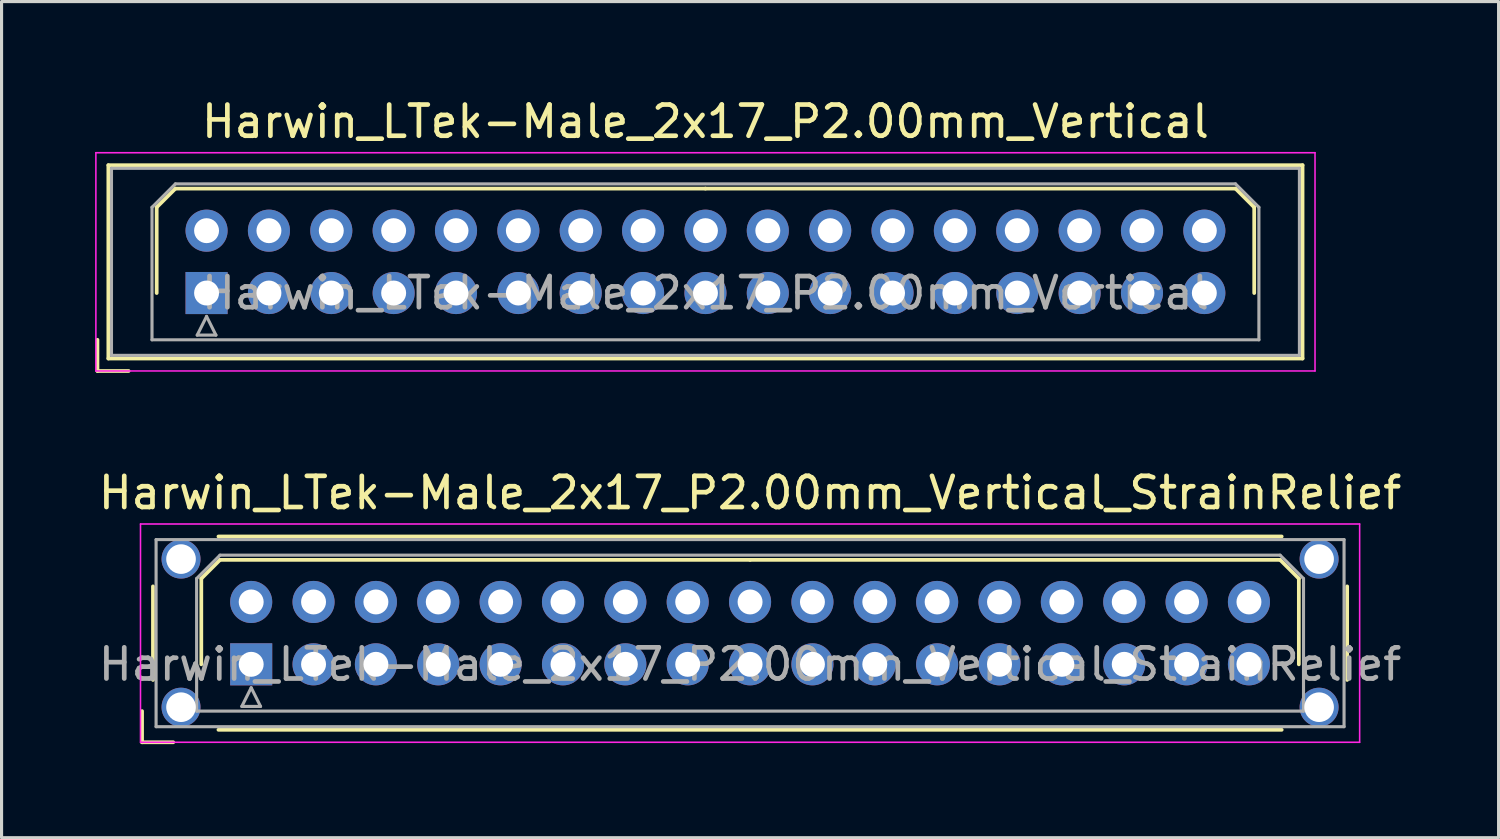
<source format=kicad_pcb>
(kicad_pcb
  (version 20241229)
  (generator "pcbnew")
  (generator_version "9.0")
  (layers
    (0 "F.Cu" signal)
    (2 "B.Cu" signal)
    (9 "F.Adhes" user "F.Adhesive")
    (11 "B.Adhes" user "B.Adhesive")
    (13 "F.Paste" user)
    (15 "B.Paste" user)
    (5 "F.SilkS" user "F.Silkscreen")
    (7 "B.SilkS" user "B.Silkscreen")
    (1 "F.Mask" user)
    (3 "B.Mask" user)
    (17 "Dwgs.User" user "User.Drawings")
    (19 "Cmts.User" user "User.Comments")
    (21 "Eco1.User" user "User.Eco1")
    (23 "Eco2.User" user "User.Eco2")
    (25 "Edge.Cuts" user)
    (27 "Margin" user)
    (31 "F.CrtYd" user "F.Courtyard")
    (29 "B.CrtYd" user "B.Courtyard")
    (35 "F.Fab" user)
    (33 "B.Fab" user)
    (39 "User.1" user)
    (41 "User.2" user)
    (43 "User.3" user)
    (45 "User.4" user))
  (footprint "Harwin_LTek-Male_2x17_P2.00mm_Vertical"
    (layer "F.Cu")
    (at 3.575 6.348)
    (property "Reference" "Harwin_LTek-Male_2x17_P2.00mm_Vertical" (at 16 -5.5 0) (layer "F.SilkS") (effects (font (size 1 1) (thickness 0.15))))
    (attr through_hole)
    (fp_line (start -3.5 1.5) (end -3.5 2.5) (stroke (width 0.12) (type solid)) (layer "F.SilkS"))
    (fp_line (start -3.5 2.5) (end -2.5 2.5) (stroke (width 0.12) (type solid)) (layer "F.SilkS"))
    (fp_line (start -3.15 -4.1) (end -3.15 2.1) (stroke (width 0.12) (type solid)) (layer "F.SilkS"))
    (fp_line (start -3.15 2.1) (end 35.15 2.1) (stroke (width 0.12) (type solid)) (layer "F.SilkS"))
    (fp_line (start -1.6 -2.75) (end -1 -3.35) (stroke (width 0.12) (type solid)) (layer "F.SilkS"))
    (fp_line (start -1.6 0) (end -1.6 -2.75) (stroke (width 0.12) (type solid)) (layer "F.SilkS"))
    (fp_line (start -1 -3.35) (end 16 -3.35) (stroke (width 0.12) (type solid)) (layer "F.SilkS"))
    (fp_line (start 33 -3.35) (end 16 -3.35) (stroke (width 0.12) (type solid)) (layer "F.SilkS"))
    (fp_line (start 33.6 -2.75) (end 33 -3.35) (stroke (width 0.12) (type solid)) (layer "F.SilkS"))
    (fp_line (start 33.6 0) (end 33.6 -2.75) (stroke (width 0.12) (type solid)) (layer "F.SilkS"))
    (fp_line (start 35.15 -4.1) (end -3.15 -4.1) (stroke (width 0.12) (type solid)) (layer "F.SilkS"))
    (fp_line (start 35.15 2.1) (end 35.15 -4.1) (stroke (width 0.12) (type solid)) (layer "F.SilkS"))
    (fp_line (start -3.55 -4.5) (end -3.55 2.5) (stroke (width 0.05) (type solid)) (layer "F.CrtYd"))
    (fp_line (start -3.55 2.5) (end 35.55 2.5) (stroke (width 0.05) (type solid)) (layer "F.CrtYd"))
    (fp_line (start 35.55 -4.5) (end -3.55 -4.5) (stroke (width 0.05) (type solid)) (layer "F.CrtYd"))
    (fp_line (start 35.55 2.5) (end 35.55 -4.5) (stroke (width 0.05) (type solid)) (layer "F.CrtYd"))
    (fp_line (start -3.05 -4) (end -3.05 2) (stroke (width 0.1) (type solid)) (layer "F.Fab"))
    (fp_line (start -3.05 2) (end 35.05 2) (stroke (width 0.1) (type solid)) (layer "F.Fab"))
    (fp_line (start -1.75 -2.75) (end -1 -3.5) (stroke (width 0.1) (type solid)) (layer "F.Fab"))
    (fp_line (start -1.75 1.5) (end -1.75 -2.75) (stroke (width 0.1) (type solid)) (layer "F.Fab"))
    (fp_line (start -1 -3.5) (end 33 -3.5) (stroke (width 0.1) (type solid)) (layer "F.Fab"))
    (fp_line (start -0.3 1.35) (end 0.3 1.35) (stroke (width 0.1) (type solid)) (layer "F.Fab"))
    (fp_line (start 0 0.75) (end -0.3 1.35) (stroke (width 0.1) (type solid)) (layer "F.Fab"))
    (fp_line (start 0.3 1.35) (end 0 0.75) (stroke (width 0.1) (type solid)) (layer "F.Fab"))
    (fp_line (start 33 -3.5) (end 33.75 -2.75) (stroke (width 0.1) (type solid)) (layer "F.Fab"))
    (fp_line (start 33.75 -2.75) (end 33.75 1.5) (stroke (width 0.1) (type solid)) (layer "F.Fab"))
    (fp_line (start 33.75 1.5) (end -1.75 1.5) (stroke (width 0.1) (type solid)) (layer "F.Fab"))
    (fp_line (start 35.05 -4) (end -3.05 -4) (stroke (width 0.1) (type solid)) (layer "F.Fab"))
    (fp_line (start 35.05 2) (end 35.05 -4) (stroke (width 0.1) (type solid)) (layer "F.Fab"))
    (fp_text user "${REFERENCE}" (at 16 0 0) (layer "F.Fab") (effects (font (size 1 1) (thickness 0.15))))
    (pad "1" thru_hole rect (at 0 0) (size 1.35 1.35) (drill 0.8) (layers "*.Cu" "*.Mask"))
    (pad "2" thru_hole circle (at 0 -2) (size 1.35 1.35) (drill 0.8) (layers "*.Cu" "*.Mask"))
    (pad "3" thru_hole circle (at 2 0) (size 1.35 1.35) (drill 0.8) (layers "*.Cu" "*.Mask"))
    (pad "4" thru_hole circle (at 2 -2) (size 1.35 1.35) (drill 0.8) (layers "*.Cu" "*.Mask"))
    (pad "5" thru_hole circle (at 4 0) (size 1.35 1.35) (drill 0.8) (layers "*.Cu" "*.Mask"))
    (pad "6" thru_hole circle (at 4 -2) (size 1.35 1.35) (drill 0.8) (layers "*.Cu" "*.Mask"))
    (pad "7" thru_hole circle (at 6 0) (size 1.35 1.35) (drill 0.8) (layers "*.Cu" "*.Mask"))
    (pad "8" thru_hole circle (at 6 -2) (size 1.35 1.35) (drill 0.8) (layers "*.Cu" "*.Mask"))
    (pad "9" thru_hole circle (at 8 0) (size 1.35 1.35) (drill 0.8) (layers "*.Cu" "*.Mask"))
    (pad "10" thru_hole circle (at 8 -2) (size 1.35 1.35) (drill 0.8) (layers "*.Cu" "*.Mask"))
    (pad "11" thru_hole circle (at 10 0) (size 1.35 1.35) (drill 0.8) (layers "*.Cu" "*.Mask"))
    (pad "12" thru_hole circle (at 10 -2) (size 1.35 1.35) (drill 0.8) (layers "*.Cu" "*.Mask"))
    (pad "13" thru_hole circle (at 12 0) (size 1.35 1.35) (drill 0.8) (layers "*.Cu" "*.Mask"))
    (pad "14" thru_hole circle (at 12 -2) (size 1.35 1.35) (drill 0.8) (layers "*.Cu" "*.Mask"))
    (pad "15" thru_hole circle (at 14 0) (size 1.35 1.35) (drill 0.8) (layers "*.Cu" "*.Mask"))
    (pad "16" thru_hole circle (at 14 -2) (size 1.35 1.35) (drill 0.8) (layers "*.Cu" "*.Mask"))
    (pad "17" thru_hole circle (at 16 0) (size 1.35 1.35) (drill 0.8) (layers "*.Cu" "*.Mask"))
    (pad "18" thru_hole circle (at 16 -2) (size 1.35 1.35) (drill 0.8) (layers "*.Cu" "*.Mask"))
    (pad "19" thru_hole circle (at 18 0) (size 1.35 1.35) (drill 0.8) (layers "*.Cu" "*.Mask"))
    (pad "20" thru_hole circle (at 18 -2) (size 1.35 1.35) (drill 0.8) (layers "*.Cu" "*.Mask"))
    (pad "21" thru_hole circle (at 20 0) (size 1.35 1.35) (drill 0.8) (layers "*.Cu" "*.Mask"))
    (pad "22" thru_hole circle (at 20 -2) (size 1.35 1.35) (drill 0.8) (layers "*.Cu" "*.Mask"))
    (pad "23" thru_hole circle (at 22 0) (size 1.35 1.35) (drill 0.8) (layers "*.Cu" "*.Mask"))
    (pad "24" thru_hole circle (at 22 -2) (size 1.35 1.35) (drill 0.8) (layers "*.Cu" "*.Mask"))
    (pad "25" thru_hole circle (at 24 0) (size 1.35 1.35) (drill 0.8) (layers "*.Cu" "*.Mask"))
    (pad "26" thru_hole circle (at 24 -2) (size 1.35 1.35) (drill 0.8) (layers "*.Cu" "*.Mask"))
    (pad "27" thru_hole circle (at 26 0) (size 1.35 1.35) (drill 0.8) (layers "*.Cu" "*.Mask"))
    (pad "28" thru_hole circle (at 26 -2) (size 1.35 1.35) (drill 0.8) (layers "*.Cu" "*.Mask"))
    (pad "29" thru_hole circle (at 28 0) (size 1.35 1.35) (drill 0.8) (layers "*.Cu" "*.Mask"))
    (pad "30" thru_hole circle (at 28 -2) (size 1.35 1.35) (drill 0.8) (layers "*.Cu" "*.Mask"))
    (pad "31" thru_hole circle (at 30 0) (size 1.35 1.35) (drill 0.8) (layers "*.Cu" "*.Mask"))
    (pad "32" thru_hole circle (at 30 -2) (size 1.35 1.35) (drill 0.8) (layers "*.Cu" "*.Mask"))
    (pad "33" thru_hole circle (at 32 0) (size 1.35 1.35) (drill 0.8) (layers "*.Cu" "*.Mask"))
    (pad "34" thru_hole circle (at 32 -2) (size 1.35 1.35) (drill 0.8) (layers "*.Cu" "*.Mask")))
  (footprint "Harwin_LTek-Male_2x17_P2.00mm_Vertical_StrainRelief"
    (layer "F.Cu")
    (at 5.006 18.256)
    (property "Reference" "Harwin_LTek-Male_2x17_P2.00mm_Vertical_StrainRelief" (at 16 -5.5 0) (layer "F.SilkS") (effects (font (size 1 1) (thickness 0.15))))
    (attr through_hole)
    (fp_line (start -3.5 1.5) (end -3.5 2.5) (stroke (width 0.12) (type solid)) (layer "F.SilkS"))
    (fp_line (start -3.5 2.5) (end -2.5 2.5) (stroke (width 0.12) (type solid)) (layer "F.SilkS"))
    (fp_line (start -3.15 -2.5) (end -3.15 0.5) (stroke (width 0.12) (type solid)) (layer "F.SilkS"))
    (fp_line (start -1.6 -2.75) (end -1 -3.35) (stroke (width 0.12) (type solid)) (layer "F.SilkS"))
    (fp_line (start -1.6 0) (end -1.6 -2.75) (stroke (width 0.12) (type solid)) (layer "F.SilkS"))
    (fp_line (start -1.05 -4.1) (end 33.05 -4.1) (stroke (width 0.12) (type solid)) (layer "F.SilkS"))
    (fp_line (start -1.05 2.1) (end 33.05 2.1) (stroke (width 0.12) (type solid)) (layer "F.SilkS"))
    (fp_line (start -1 -3.35) (end 16 -3.35) (stroke (width 0.12) (type solid)) (layer "F.SilkS"))
    (fp_line (start 33 -3.35) (end 16 -3.35) (stroke (width 0.12) (type solid)) (layer "F.SilkS"))
    (fp_line (start 33.6 -2.75) (end 33 -3.35) (stroke (width 0.12) (type solid)) (layer "F.SilkS"))
    (fp_line (start 33.6 0) (end 33.6 -2.75) (stroke (width 0.12) (type solid)) (layer "F.SilkS"))
    (fp_line (start 35.15 -2.5) (end 35.15 0.5) (stroke (width 0.12) (type solid)) (layer "F.SilkS"))
    (fp_line (start -3.55 -4.5) (end -3.55 2.5) (stroke (width 0.05) (type solid)) (layer "F.CrtYd"))
    (fp_line (start -3.55 2.5) (end 35.55 2.5) (stroke (width 0.05) (type solid)) (layer "F.CrtYd"))
    (fp_line (start 35.55 -4.5) (end -3.55 -4.5) (stroke (width 0.05) (type solid)) (layer "F.CrtYd"))
    (fp_line (start 35.55 2.5) (end 35.55 -4.5) (stroke (width 0.05) (type solid)) (layer "F.CrtYd"))
    (fp_line (start -3.05 -4) (end -3.05 2) (stroke (width 0.1) (type solid)) (layer "F.Fab"))
    (fp_line (start -3.05 2) (end 35.05 2) (stroke (width 0.1) (type solid)) (layer "F.Fab"))
    (fp_line (start -1.75 -2.75) (end -1 -3.5) (stroke (width 0.1) (type solid)) (layer "F.Fab"))
    (fp_line (start -1.75 1.5) (end -1.75 -2.75) (stroke (width 0.1) (type solid)) (layer "F.Fab"))
    (fp_line (start -1 -3.5) (end 33 -3.5) (stroke (width 0.1) (type solid)) (layer "F.Fab"))
    (fp_line (start -0.3 1.35) (end 0.3 1.35) (stroke (width 0.1) (type solid)) (layer "F.Fab"))
    (fp_line (start 0 0.75) (end -0.3 1.35) (stroke (width 0.1) (type solid)) (layer "F.Fab"))
    (fp_line (start 0.3 1.35) (end 0 0.75) (stroke (width 0.1) (type solid)) (layer "F.Fab"))
    (fp_line (start 33 -3.5) (end 33.75 -2.75) (stroke (width 0.1) (type solid)) (layer "F.Fab"))
    (fp_line (start 33.75 -2.75) (end 33.75 1.5) (stroke (width 0.1) (type solid)) (layer "F.Fab"))
    (fp_line (start 33.75 1.5) (end -1.75 1.5) (stroke (width 0.1) (type solid)) (layer "F.Fab"))
    (fp_line (start 35.05 -4) (end -3.05 -4) (stroke (width 0.1) (type solid)) (layer "F.Fab"))
    (fp_line (start 35.05 2) (end 35.05 -4) (stroke (width 0.1) (type solid)) (layer "F.Fab"))
    (fp_text user "${REFERENCE}" (at 16 0 0) (layer "F.Fab") (effects (font (size 1 1) (thickness 0.15))))
    (pad "" thru_hole circle (at -2.25 -3.375) (size 1.25 1.25) (drill 0.95) (layers "*.Cu" "*.Mask"))
    (pad "" thru_hole circle (at -2.25 1.375) (size 1.25 1.25) (drill 0.95) (layers "*.Cu" "*.Mask"))
    (pad "" thru_hole circle (at 34.25 -3.375) (size 1.25 1.25) (drill 0.95) (layers "*.Cu" "*.Mask"))
    (pad "" thru_hole circle (at 34.25 1.375) (size 1.25 1.25) (drill 0.95) (layers "*.Cu" "*.Mask"))
    (pad "1" thru_hole rect (at 0 0) (size 1.35 1.35) (drill 0.8) (layers "*.Cu" "*.Mask"))
    (pad "2" thru_hole circle (at 0 -2) (size 1.35 1.35) (drill 0.8) (layers "*.Cu" "*.Mask"))
    (pad "3" thru_hole circle (at 2 0) (size 1.35 1.35) (drill 0.8) (layers "*.Cu" "*.Mask"))
    (pad "4" thru_hole circle (at 2 -2) (size 1.35 1.35) (drill 0.8) (layers "*.Cu" "*.Mask"))
    (pad "5" thru_hole circle (at 4 0) (size 1.35 1.35) (drill 0.8) (layers "*.Cu" "*.Mask"))
    (pad "6" thru_hole circle (at 4 -2) (size 1.35 1.35) (drill 0.8) (layers "*.Cu" "*.Mask"))
    (pad "7" thru_hole circle (at 6 0) (size 1.35 1.35) (drill 0.8) (layers "*.Cu" "*.Mask"))
    (pad "8" thru_hole circle (at 6 -2) (size 1.35 1.35) (drill 0.8) (layers "*.Cu" "*.Mask"))
    (pad "9" thru_hole circle (at 8 0) (size 1.35 1.35) (drill 0.8) (layers "*.Cu" "*.Mask"))
    (pad "10" thru_hole circle (at 8 -2) (size 1.35 1.35) (drill 0.8) (layers "*.Cu" "*.Mask"))
    (pad "11" thru_hole circle (at 10 0) (size 1.35 1.35) (drill 0.8) (layers "*.Cu" "*.Mask"))
    (pad "12" thru_hole circle (at 10 -2) (size 1.35 1.35) (drill 0.8) (layers "*.Cu" "*.Mask"))
    (pad "13" thru_hole circle (at 12 0) (size 1.35 1.35) (drill 0.8) (layers "*.Cu" "*.Mask"))
    (pad "14" thru_hole circle (at 12 -2) (size 1.35 1.35) (drill 0.8) (layers "*.Cu" "*.Mask"))
    (pad "15" thru_hole circle (at 14 0) (size 1.35 1.35) (drill 0.8) (layers "*.Cu" "*.Mask"))
    (pad "16" thru_hole circle (at 14 -2) (size 1.35 1.35) (drill 0.8) (layers "*.Cu" "*.Mask"))
    (pad "17" thru_hole circle (at 16 0) (size 1.35 1.35) (drill 0.8) (layers "*.Cu" "*.Mask"))
    (pad "18" thru_hole circle (at 16 -2) (size 1.35 1.35) (drill 0.8) (layers "*.Cu" "*.Mask"))
    (pad "19" thru_hole circle (at 18 0) (size 1.35 1.35) (drill 0.8) (layers "*.Cu" "*.Mask"))
    (pad "20" thru_hole circle (at 18 -2) (size 1.35 1.35) (drill 0.8) (layers "*.Cu" "*.Mask"))
    (pad "21" thru_hole circle (at 20 0) (size 1.35 1.35) (drill 0.8) (layers "*.Cu" "*.Mask"))
    (pad "22" thru_hole circle (at 20 -2) (size 1.35 1.35) (drill 0.8) (layers "*.Cu" "*.Mask"))
    (pad "23" thru_hole circle (at 22 0) (size 1.35 1.35) (drill 0.8) (layers "*.Cu" "*.Mask"))
    (pad "24" thru_hole circle (at 22 -2) (size 1.35 1.35) (drill 0.8) (layers "*.Cu" "*.Mask"))
    (pad "25" thru_hole circle (at 24 0) (size 1.35 1.35) (drill 0.8) (layers "*.Cu" "*.Mask"))
    (pad "26" thru_hole circle (at 24 -2) (size 1.35 1.35) (drill 0.8) (layers "*.Cu" "*.Mask"))
    (pad "27" thru_hole circle (at 26 0) (size 1.35 1.35) (drill 0.8) (layers "*.Cu" "*.Mask"))
    (pad "28" thru_hole circle (at 26 -2) (size 1.35 1.35) (drill 0.8) (layers "*.Cu" "*.Mask"))
    (pad "29" thru_hole circle (at 28 0) (size 1.35 1.35) (drill 0.8) (layers "*.Cu" "*.Mask"))
    (pad "30" thru_hole circle (at 28 -2) (size 1.35 1.35) (drill 0.8) (layers "*.Cu" "*.Mask"))
    (pad "31" thru_hole circle (at 30 0) (size 1.35 1.35) (drill 0.8) (layers "*.Cu" "*.Mask"))
    (pad "32" thru_hole circle (at 30 -2) (size 1.35 1.35) (drill 0.8) (layers "*.Cu" "*.Mask"))
    (pad "33" thru_hole circle (at 32 0) (size 1.35 1.35) (drill 0.8) (layers "*.Cu" "*.Mask"))
    (pad "34" thru_hole circle (at 32 -2) (size 1.35 1.35) (drill 0.8) (layers "*.Cu" "*.Mask")))
  (gr_rect
    (start -3 -3)
    (end 45.012 23.817)
    (stroke (width 0.1) (type default))
    (fill no)
    (layer "Edge.Cuts")))
</source>
